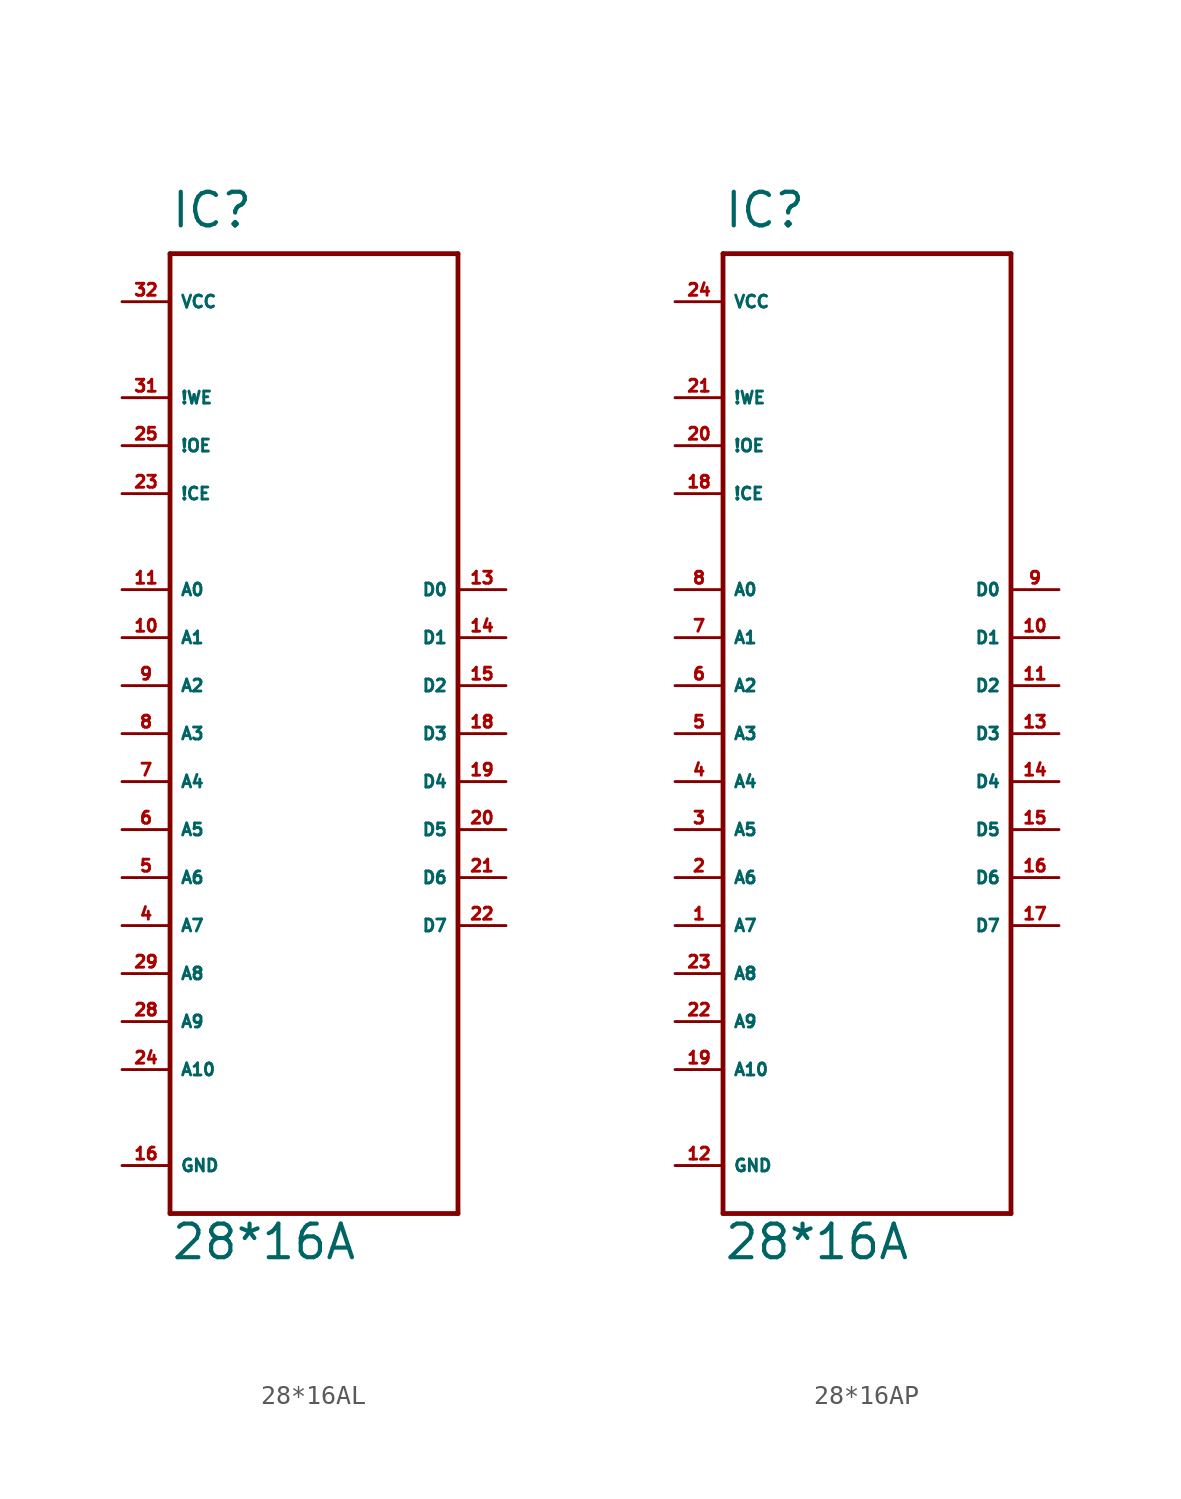
<source format=kicad_sym>
(kicad_symbol_lib
  (version 20220914)
  (generator Eagle2Kicad)
  (symbol "28*16AL"
    (property "Reference" "IC"
      (at -7.62 26.67 0)
      (effects (font (size 1.778 1.778) (thickness 0.22)) (justify left bottom)))
    (property "Value" "28*16A"
      (at -7.62 -27.94 0)
      (effects (font (size 1.778 1.778) (thickness 0.22)) (justify left bottom)))
    (polyline
      (pts (xy -7.62 25.4) (xy 7.62 25.4))
      (stroke (width 0.254) (type default))
      (fill (type none)))
    (polyline
      (pts (xy 7.62 25.4) (xy 7.62 -25.4))
      (stroke (width 0.254) (type default))
      (fill (type none)))
    (polyline
      (pts (xy 7.62 -25.4) (xy -7.62 -25.4))
      (stroke (width 0.254) (type default))
      (fill (type none)))
    (polyline
      (pts (xy -7.62 -25.4) (xy -7.62 25.4))
      (stroke (width 0.254) (type default))
      (fill (type none)))
    (pin input line
      (at -10.16 7.62 0)
      (length 2.54)
      (name "A0" (effects (font (size 0.635 0.635) (thickness 0.08)) (justify left bottom)))
      (number "11" (effects (font (size 0.635 0.635) (thickness 0.08)) (justify left bottom))))
    (pin input line
      (at -10.16 5.08 0)
      (length 2.54)
      (name "A1" (effects (font (size 0.635 0.635) (thickness 0.08)) (justify left bottom)))
      (number "10" (effects (font (size 0.635 0.635) (thickness 0.08)) (justify left bottom))))
    (pin input line
      (at -10.16 2.54 0)
      (length 2.54)
      (name "A2" (effects (font (size 0.635 0.635) (thickness 0.08)) (justify left bottom)))
      (number "9" (effects (font (size 0.635 0.635) (thickness 0.08)) (justify left bottom))))
    (pin input line
      (at -10.16 0 0)
      (length 2.54)
      (name "A3" (effects (font (size 0.635 0.635) (thickness 0.08)) (justify left bottom)))
      (number "8" (effects (font (size 0.635 0.635) (thickness 0.08)) (justify left bottom))))
    (pin input line
      (at -10.16 -2.54 0)
      (length 2.54)
      (name "A4" (effects (font (size 0.635 0.635) (thickness 0.08)) (justify left bottom)))
      (number "7" (effects (font (size 0.635 0.635) (thickness 0.08)) (justify left bottom))))
    (pin input line
      (at -10.16 -5.08 0)
      (length 2.54)
      (name "A5" (effects (font (size 0.635 0.635) (thickness 0.08)) (justify left bottom)))
      (number "6" (effects (font (size 0.635 0.635) (thickness 0.08)) (justify left bottom))))
    (pin input line
      (at -10.16 -7.62 0)
      (length 2.54)
      (name "A6" (effects (font (size 0.635 0.635) (thickness 0.08)) (justify left bottom)))
      (number "5" (effects (font (size 0.635 0.635) (thickness 0.08)) (justify left bottom))))
    (pin input line
      (at -10.16 -10.16 0)
      (length 2.54)
      (name "A7" (effects (font (size 0.635 0.635) (thickness 0.08)) (justify left bottom)))
      (number "4" (effects (font (size 0.635 0.635) (thickness 0.08)) (justify left bottom))))
    (pin input line
      (at -10.16 -12.7 0)
      (length 2.54)
      (name "A8" (effects (font (size 0.635 0.635) (thickness 0.08)) (justify left bottom)))
      (number "29" (effects (font (size 0.635 0.635) (thickness 0.08)) (justify left bottom))))
    (pin input line
      (at -10.16 17.78 0)
      (length 2.54)
      (name "!WE" (effects (font (size 0.635 0.635) (thickness 0.08)) (justify left bottom)))
      (number "31" (effects (font (size 0.635 0.635) (thickness 0.08)) (justify left bottom))))
    (pin input line
      (at -10.16 12.7 0)
      (length 2.54)
      (name "!CE" (effects (font (size 0.635 0.635) (thickness 0.08)) (justify left bottom)))
      (number "23" (effects (font (size 0.635 0.635) (thickness 0.08)) (justify left bottom))))
    (pin input line
      (at -10.16 15.24 0)
      (length 2.54)
      (name "!OE" (effects (font (size 0.635 0.635) (thickness 0.08)) (justify left bottom)))
      (number "25" (effects (font (size 0.635 0.635) (thickness 0.08)) (justify left bottom))))
    (pin tri_state line
      (at 10.16 7.62 180)
      (length 2.54)
      (name "D0" (effects (font (size 0.635 0.635) (thickness 0.08)) (justify left bottom)))
      (number "13" (effects (font (size 0.635 0.635) (thickness 0.08)) (justify left bottom))))
    (pin tri_state line
      (at 10.16 5.08 180)
      (length 2.54)
      (name "D1" (effects (font (size 0.635 0.635) (thickness 0.08)) (justify left bottom)))
      (number "14" (effects (font (size 0.635 0.635) (thickness 0.08)) (justify left bottom))))
    (pin tri_state line
      (at 10.16 2.54 180)
      (length 2.54)
      (name "D2" (effects (font (size 0.635 0.635) (thickness 0.08)) (justify left bottom)))
      (number "15" (effects (font (size 0.635 0.635) (thickness 0.08)) (justify left bottom))))
    (pin tri_state line
      (at 10.16 0 180)
      (length 2.54)
      (name "D3" (effects (font (size 0.635 0.635) (thickness 0.08)) (justify left bottom)))
      (number "18" (effects (font (size 0.635 0.635) (thickness 0.08)) (justify left bottom))))
    (pin tri_state line
      (at 10.16 -2.54 180)
      (length 2.54)
      (name "D4" (effects (font (size 0.635 0.635) (thickness 0.08)) (justify left bottom)))
      (number "19" (effects (font (size 0.635 0.635) (thickness 0.08)) (justify left bottom))))
    (pin tri_state line
      (at 10.16 -5.08 180)
      (length 2.54)
      (name "D5" (effects (font (size 0.635 0.635) (thickness 0.08)) (justify left bottom)))
      (number "20" (effects (font (size 0.635 0.635) (thickness 0.08)) (justify left bottom))))
    (pin tri_state line
      (at 10.16 -7.62 180)
      (length 2.54)
      (name "D6" (effects (font (size 0.635 0.635) (thickness 0.08)) (justify left bottom)))
      (number "21" (effects (font (size 0.635 0.635) (thickness 0.08)) (justify left bottom))))
    (pin tri_state line
      (at 10.16 -10.16 180)
      (length 2.54)
      (name "D7" (effects (font (size 0.635 0.635) (thickness 0.08)) (justify left bottom)))
      (number "22" (effects (font (size 0.635 0.635) (thickness 0.08)) (justify left bottom))))
    (pin unspecified line
      (at -10.16 22.86 0)
      (length 2.54)
      (name "VCC" (effects (font (size 0.635 0.635) (thickness 0.08)) (justify left bottom)))
      (number "32" (effects (font (size 0.635 0.635) (thickness 0.08)) (justify left bottom))))
    (pin unspecified line
      (at -10.16 -22.86 0)
      (length 2.54)
      (name "GND" (effects (font (size 0.635 0.635) (thickness 0.08)) (justify left bottom)))
      (number "16" (effects (font (size 0.635 0.635) (thickness 0.08)) (justify left bottom))))
    (pin input line
      (at -10.16 -15.24 0)
      (length 2.54)
      (name "A9" (effects (font (size 0.635 0.635) (thickness 0.08)) (justify left bottom)))
      (number "28" (effects (font (size 0.635 0.635) (thickness 0.08)) (justify left bottom))))
    (pin input line
      (at -10.16 -17.78 0)
      (length 2.54)
      (name "A10" (effects (font (size 0.635 0.635) (thickness 0.08)) (justify left bottom)))
      (number "24" (effects (font (size 0.635 0.635) (thickness 0.08)) (justify left bottom)))))
  (symbol "28*16AP"
    (property "Reference" "IC"
      (at -7.62 26.67 0)
      (effects (font (size 1.778 1.778) (thickness 0.22)) (justify left bottom)))
    (property "Value" "28*16A"
      (at -7.62 -27.94 0)
      (effects (font (size 1.778 1.778) (thickness 0.22)) (justify left bottom)))
    (polyline
      (pts (xy -7.62 25.4) (xy 7.62 25.4))
      (stroke (width 0.254) (type default))
      (fill (type none)))
    (polyline
      (pts (xy 7.62 25.4) (xy 7.62 -25.4))
      (stroke (width 0.254) (type default))
      (fill (type none)))
    (polyline
      (pts (xy 7.62 -25.4) (xy -7.62 -25.4))
      (stroke (width 0.254) (type default))
      (fill (type none)))
    (polyline
      (pts (xy -7.62 -25.4) (xy -7.62 25.4))
      (stroke (width 0.254) (type default))
      (fill (type none)))
    (pin input line
      (at -10.16 7.62 0)
      (length 2.54)
      (name "A0" (effects (font (size 0.635 0.635) (thickness 0.08)) (justify left bottom)))
      (number "8" (effects (font (size 0.635 0.635) (thickness 0.08)) (justify left bottom))))
    (pin input line
      (at -10.16 5.08 0)
      (length 2.54)
      (name "A1" (effects (font (size 0.635 0.635) (thickness 0.08)) (justify left bottom)))
      (number "7" (effects (font (size 0.635 0.635) (thickness 0.08)) (justify left bottom))))
    (pin input line
      (at -10.16 2.54 0)
      (length 2.54)
      (name "A2" (effects (font (size 0.635 0.635) (thickness 0.08)) (justify left bottom)))
      (number "6" (effects (font (size 0.635 0.635) (thickness 0.08)) (justify left bottom))))
    (pin input line
      (at -10.16 0 0)
      (length 2.54)
      (name "A3" (effects (font (size 0.635 0.635) (thickness 0.08)) (justify left bottom)))
      (number "5" (effects (font (size 0.635 0.635) (thickness 0.08)) (justify left bottom))))
    (pin input line
      (at -10.16 -2.54 0)
      (length 2.54)
      (name "A4" (effects (font (size 0.635 0.635) (thickness 0.08)) (justify left bottom)))
      (number "4" (effects (font (size 0.635 0.635) (thickness 0.08)) (justify left bottom))))
    (pin input line
      (at -10.16 -5.08 0)
      (length 2.54)
      (name "A5" (effects (font (size 0.635 0.635) (thickness 0.08)) (justify left bottom)))
      (number "3" (effects (font (size 0.635 0.635) (thickness 0.08)) (justify left bottom))))
    (pin input line
      (at -10.16 -7.62 0)
      (length 2.54)
      (name "A6" (effects (font (size 0.635 0.635) (thickness 0.08)) (justify left bottom)))
      (number "2" (effects (font (size 0.635 0.635) (thickness 0.08)) (justify left bottom))))
    (pin input line
      (at -10.16 -10.16 0)
      (length 2.54)
      (name "A7" (effects (font (size 0.635 0.635) (thickness 0.08)) (justify left bottom)))
      (number "1" (effects (font (size 0.635 0.635) (thickness 0.08)) (justify left bottom))))
    (pin input line
      (at -10.16 -12.7 0)
      (length 2.54)
      (name "A8" (effects (font (size 0.635 0.635) (thickness 0.08)) (justify left bottom)))
      (number "23" (effects (font (size 0.635 0.635) (thickness 0.08)) (justify left bottom))))
    (pin input line
      (at -10.16 17.78 0)
      (length 2.54)
      (name "!WE" (effects (font (size 0.635 0.635) (thickness 0.08)) (justify left bottom)))
      (number "21" (effects (font (size 0.635 0.635) (thickness 0.08)) (justify left bottom))))
    (pin input line
      (at -10.16 12.7 0)
      (length 2.54)
      (name "!CE" (effects (font (size 0.635 0.635) (thickness 0.08)) (justify left bottom)))
      (number "18" (effects (font (size 0.635 0.635) (thickness 0.08)) (justify left bottom))))
    (pin input line
      (at -10.16 15.24 0)
      (length 2.54)
      (name "!OE" (effects (font (size 0.635 0.635) (thickness 0.08)) (justify left bottom)))
      (number "20" (effects (font (size 0.635 0.635) (thickness 0.08)) (justify left bottom))))
    (pin tri_state line
      (at 10.16 7.62 180)
      (length 2.54)
      (name "D0" (effects (font (size 0.635 0.635) (thickness 0.08)) (justify left bottom)))
      (number "9" (effects (font (size 0.635 0.635) (thickness 0.08)) (justify left bottom))))
    (pin tri_state line
      (at 10.16 5.08 180)
      (length 2.54)
      (name "D1" (effects (font (size 0.635 0.635) (thickness 0.08)) (justify left bottom)))
      (number "10" (effects (font (size 0.635 0.635) (thickness 0.08)) (justify left bottom))))
    (pin tri_state line
      (at 10.16 2.54 180)
      (length 2.54)
      (name "D2" (effects (font (size 0.635 0.635) (thickness 0.08)) (justify left bottom)))
      (number "11" (effects (font (size 0.635 0.635) (thickness 0.08)) (justify left bottom))))
    (pin tri_state line
      (at 10.16 0 180)
      (length 2.54)
      (name "D3" (effects (font (size 0.635 0.635) (thickness 0.08)) (justify left bottom)))
      (number "13" (effects (font (size 0.635 0.635) (thickness 0.08)) (justify left bottom))))
    (pin tri_state line
      (at 10.16 -2.54 180)
      (length 2.54)
      (name "D4" (effects (font (size 0.635 0.635) (thickness 0.08)) (justify left bottom)))
      (number "14" (effects (font (size 0.635 0.635) (thickness 0.08)) (justify left bottom))))
    (pin tri_state line
      (at 10.16 -5.08 180)
      (length 2.54)
      (name "D5" (effects (font (size 0.635 0.635) (thickness 0.08)) (justify left bottom)))
      (number "15" (effects (font (size 0.635 0.635) (thickness 0.08)) (justify left bottom))))
    (pin tri_state line
      (at 10.16 -7.62 180)
      (length 2.54)
      (name "D6" (effects (font (size 0.635 0.635) (thickness 0.08)) (justify left bottom)))
      (number "16" (effects (font (size 0.635 0.635) (thickness 0.08)) (justify left bottom))))
    (pin tri_state line
      (at 10.16 -10.16 180)
      (length 2.54)
      (name "D7" (effects (font (size 0.635 0.635) (thickness 0.08)) (justify left bottom)))
      (number "17" (effects (font (size 0.635 0.635) (thickness 0.08)) (justify left bottom))))
    (pin unspecified line
      (at -10.16 22.86 0)
      (length 2.54)
      (name "VCC" (effects (font (size 0.635 0.635) (thickness 0.08)) (justify left bottom)))
      (number "24" (effects (font (size 0.635 0.635) (thickness 0.08)) (justify left bottom))))
    (pin unspecified line
      (at -10.16 -22.86 0)
      (length 2.54)
      (name "GND" (effects (font (size 0.635 0.635) (thickness 0.08)) (justify left bottom)))
      (number "12" (effects (font (size 0.635 0.635) (thickness 0.08)) (justify left bottom))))
    (pin input line
      (at -10.16 -15.24 0)
      (length 2.54)
      (name "A9" (effects (font (size 0.635 0.635) (thickness 0.08)) (justify left bottom)))
      (number "22" (effects (font (size 0.635 0.635) (thickness 0.08)) (justify left bottom))))
    (pin input line
      (at -10.16 -17.78 0)
      (length 2.54)
      (name "A10" (effects (font (size 0.635 0.635) (thickness 0.08)) (justify left bottom)))
      (number "19" (effects (font (size 0.635 0.635) (thickness 0.08)) (justify left bottom))))))
</source>
